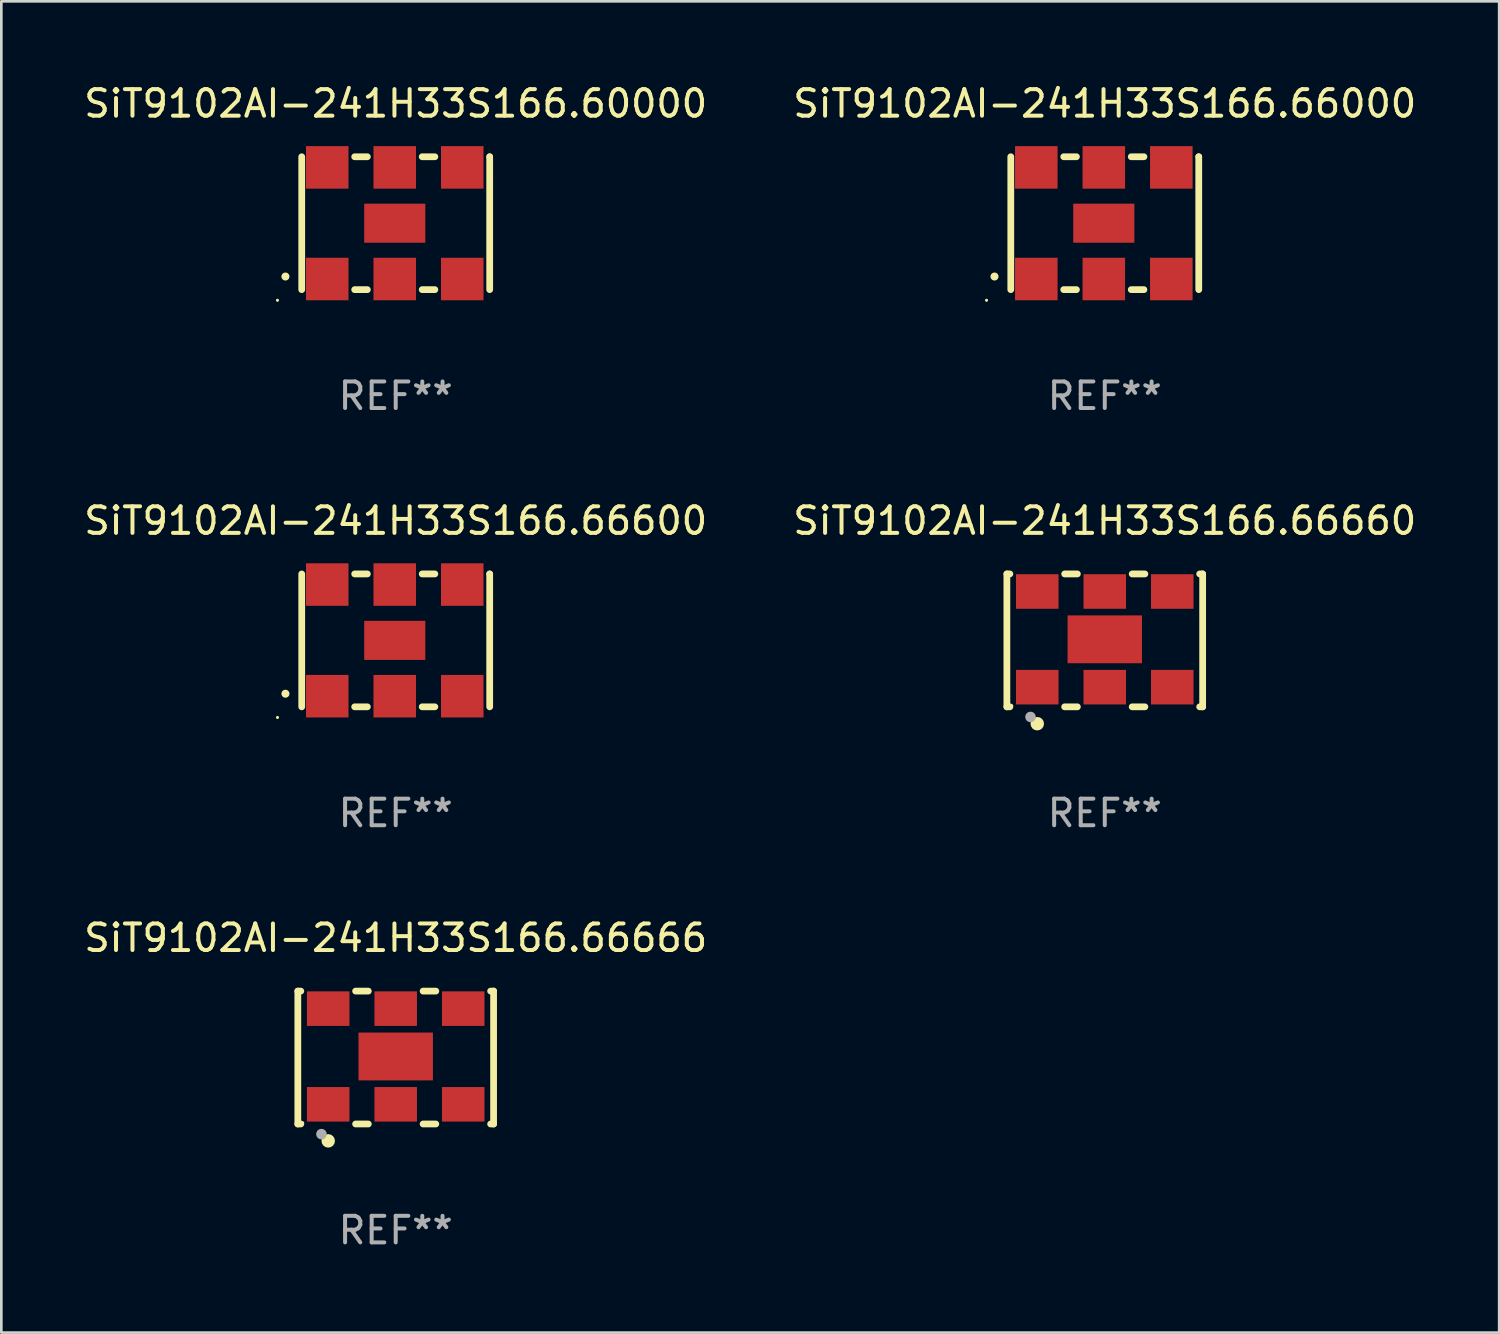
<source format=kicad_pcb>
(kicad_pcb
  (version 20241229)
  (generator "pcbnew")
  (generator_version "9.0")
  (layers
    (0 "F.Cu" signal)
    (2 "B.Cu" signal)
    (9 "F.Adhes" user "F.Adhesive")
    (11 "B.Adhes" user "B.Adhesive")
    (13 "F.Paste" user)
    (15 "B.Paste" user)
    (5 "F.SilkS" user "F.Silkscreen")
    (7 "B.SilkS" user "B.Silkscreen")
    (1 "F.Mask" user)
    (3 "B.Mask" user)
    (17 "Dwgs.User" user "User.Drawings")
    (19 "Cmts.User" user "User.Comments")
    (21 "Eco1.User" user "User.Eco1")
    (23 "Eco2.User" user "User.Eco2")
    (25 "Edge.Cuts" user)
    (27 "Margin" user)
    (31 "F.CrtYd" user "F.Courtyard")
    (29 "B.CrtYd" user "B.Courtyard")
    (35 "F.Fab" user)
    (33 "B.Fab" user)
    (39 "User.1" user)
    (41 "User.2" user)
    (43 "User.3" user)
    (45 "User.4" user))
  (footprint "SiT9102AI-241H33S166.60000"
    (layer "F.Cu")
    (at 11.839 5.348)
    (property "Reference" "SiT9102AI-241H33S166.60000" (at 0 -4.5 0) (layer "F.SilkS") (effects (font (size 1 1) (thickness 0.15))))
    (attr through_hole)
    (fp_line (start -3.536 -2.5) (end -3.536 2.5) (stroke (width 0.254) (type solid)) (layer "F.SilkS"))
    (fp_line (start -1.544 2.5) (end -1.067 2.5) (stroke (width 0.254) (type solid)) (layer "F.SilkS"))
    (fp_line (start -1.067 -2.5) (end -1.544 -2.5) (stroke (width 0.254) (type solid)) (layer "F.SilkS"))
    (fp_line (start 0.996 2.5) (end 1.473 2.5) (stroke (width 0.254) (type solid)) (layer "F.SilkS"))
    (fp_line (start 1.473 -2.5) (end 0.996 -2.5) (stroke (width 0.254) (type solid)) (layer "F.SilkS"))
    (fp_line (start 3.536 -2.5) (end 3.536 -2.5) (stroke (width 0.254) (type solid)) (layer "F.SilkS"))
    (fp_line (start 3.536 2.5) (end 3.536 -2.5) (stroke (width 0.254) (type solid)) (layer "F.SilkS"))
    (fp_arc (start -4.150432 2.006604) (mid -4.149162 2.006599) (end -4.147892 2.006604) (stroke (width 0.3) (type solid)) (layer "F.SilkS"))
    (fp_circle (center -4.449 2.9) (end -4.419 2.9) (stroke (width 0.06) (type solid)) (fill no) (layer "F.SilkS"))
    (fp_text user "REF**" (at 0 6.5 0) (layer "F.Fab") (effects (font (size 1 1) (thickness 0.15))))
    (pad "1" smd rect (at -2.576 2.1) (size 1.6 1.6) (layers "F.Cu" "F.Mask" "F.Paste"))
    (pad "2" smd rect (at -0.036 2.1) (size 1.6 1.6) (layers "F.Cu" "F.Mask" "F.Paste"))
    (pad "3" smd rect (at 2.504 2.1) (size 1.6 1.6) (layers "F.Cu" "F.Mask" "F.Paste"))
    (pad "4" smd rect (at 2.504 -2.1) (size 1.6 1.6) (layers "F.Cu" "F.Mask" "F.Paste"))
    (pad "5" smd rect (at -0.036 -2.1) (size 1.6 1.6) (layers "F.Cu" "F.Mask" "F.Paste"))
    (pad "6" smd rect (at -2.576 -2.1) (size 1.6 1.6) (layers "F.Cu" "F.Mask" "F.Paste"))
    (pad "7" smd rect (at -0.036 0) (size 2.3 1.47) (layers "F.Cu" "F.Mask" "F.Paste")))
  (footprint "SiT9102AI-241H33S166.66600"
    (layer "F.Cu")
    (at 11.839 21.045)
    (property "Reference" "SiT9102AI-241H33S166.66600" (at 0 -4.5 0) (layer "F.SilkS") (effects (font (size 1 1) (thickness 0.15))))
    (attr through_hole)
    (fp_line (start -3.536 -2.5) (end -3.536 2.5) (stroke (width 0.254) (type solid)) (layer "F.SilkS"))
    (fp_line (start -1.544 2.5) (end -1.067 2.5) (stroke (width 0.254) (type solid)) (layer "F.SilkS"))
    (fp_line (start -1.067 -2.5) (end -1.544 -2.5) (stroke (width 0.254) (type solid)) (layer "F.SilkS"))
    (fp_line (start 0.996 2.5) (end 1.473 2.5) (stroke (width 0.254) (type solid)) (layer "F.SilkS"))
    (fp_line (start 1.473 -2.5) (end 0.996 -2.5) (stroke (width 0.254) (type solid)) (layer "F.SilkS"))
    (fp_line (start 3.536 -2.5) (end 3.536 -2.5) (stroke (width 0.254) (type solid)) (layer "F.SilkS"))
    (fp_line (start 3.536 2.5) (end 3.536 -2.5) (stroke (width 0.254) (type solid)) (layer "F.SilkS"))
    (fp_arc (start -4.150432 2.006604) (mid -4.149162 2.006599) (end -4.147892 2.006604) (stroke (width 0.3) (type solid)) (layer "F.SilkS"))
    (fp_circle (center -4.449 2.9) (end -4.419 2.9) (stroke (width 0.06) (type solid)) (fill no) (layer "F.SilkS"))
    (fp_text user "REF**" (at 0 6.5 0) (layer "F.Fab") (effects (font (size 1 1) (thickness 0.15))))
    (pad "1" smd rect (at -2.576 2.1) (size 1.6 1.6) (layers "F.Cu" "F.Mask" "F.Paste"))
    (pad "2" smd rect (at -0.036 2.1) (size 1.6 1.6) (layers "F.Cu" "F.Mask" "F.Paste"))
    (pad "3" smd rect (at 2.504 2.1) (size 1.6 1.6) (layers "F.Cu" "F.Mask" "F.Paste"))
    (pad "4" smd rect (at 2.504 -2.1) (size 1.6 1.6) (layers "F.Cu" "F.Mask" "F.Paste"))
    (pad "5" smd rect (at -0.036 -2.1) (size 1.6 1.6) (layers "F.Cu" "F.Mask" "F.Paste"))
    (pad "6" smd rect (at -2.576 -2.1) (size 1.6 1.6) (layers "F.Cu" "F.Mask" "F.Paste"))
    (pad "7" smd rect (at -0.036 0) (size 2.3 1.47) (layers "F.Cu" "F.Mask" "F.Paste")))
  (footprint "SiT9102AI-241H33S166.66000"
    (layer "F.Cu")
    (at 38.518 5.348)
    (property "Reference" "SiT9102AI-241H33S166.66000" (at 0 -4.5 0) (layer "F.SilkS") (effects (font (size 1 1) (thickness 0.15))))
    (attr through_hole)
    (fp_line (start -3.536 -2.5) (end -3.536 2.5) (stroke (width 0.254) (type solid)) (layer "F.SilkS"))
    (fp_line (start -1.544 2.5) (end -1.067 2.5) (stroke (width 0.254) (type solid)) (layer "F.SilkS"))
    (fp_line (start -1.067 -2.5) (end -1.544 -2.5) (stroke (width 0.254) (type solid)) (layer "F.SilkS"))
    (fp_line (start 0.996 2.5) (end 1.473 2.5) (stroke (width 0.254) (type solid)) (layer "F.SilkS"))
    (fp_line (start 1.473 -2.5) (end 0.996 -2.5) (stroke (width 0.254) (type solid)) (layer "F.SilkS"))
    (fp_line (start 3.536 -2.5) (end 3.536 -2.5) (stroke (width 0.254) (type solid)) (layer "F.SilkS"))
    (fp_line (start 3.536 2.5) (end 3.536 -2.5) (stroke (width 0.254) (type solid)) (layer "F.SilkS"))
    (fp_arc (start -4.150432 2.006604) (mid -4.149162 2.006599) (end -4.147892 2.006604) (stroke (width 0.3) (type solid)) (layer "F.SilkS"))
    (fp_circle (center -4.449 2.9) (end -4.419 2.9) (stroke (width 0.06) (type solid)) (fill no) (layer "F.SilkS"))
    (fp_text user "REF**" (at 0 6.5 0) (layer "F.Fab") (effects (font (size 1 1) (thickness 0.15))))
    (pad "1" smd rect (at -2.576 2.1) (size 1.6 1.6) (layers "F.Cu" "F.Mask" "F.Paste"))
    (pad "2" smd rect (at -0.036 2.1) (size 1.6 1.6) (layers "F.Cu" "F.Mask" "F.Paste"))
    (pad "3" smd rect (at 2.504 2.1) (size 1.6 1.6) (layers "F.Cu" "F.Mask" "F.Paste"))
    (pad "4" smd rect (at 2.504 -2.1) (size 1.6 1.6) (layers "F.Cu" "F.Mask" "F.Paste"))
    (pad "5" smd rect (at -0.036 -2.1) (size 1.6 1.6) (layers "F.Cu" "F.Mask" "F.Paste"))
    (pad "6" smd rect (at -2.576 -2.1) (size 1.6 1.6) (layers "F.Cu" "F.Mask" "F.Paste"))
    (pad "7" smd rect (at -0.036 0) (size 2.3 1.47) (layers "F.Cu" "F.Mask" "F.Paste")))
  (footprint "SiT9102AI-241H33S166.66660"
    (layer "F.Cu")
    (at 38.518 21.045)
    (property "Reference" "SiT9102AI-241H33S166.66660" (at 0 -4.5 0) (layer "F.SilkS") (effects (font (size 1 1) (thickness 0.15))))
    (attr through_hole)
    (fp_line (start -3.683 -2.5) (end -3.571 -2.5) (stroke (width 0.254) (type solid)) (layer "F.SilkS"))
    (fp_line (start -3.683 2.5) (end -3.683 -2.5) (stroke (width 0.254) (type solid)) (layer "F.SilkS"))
    (fp_line (start -3.683 2.5) (end -3.571 2.5) (stroke (width 0.254) (type solid)) (layer "F.SilkS"))
    (fp_line (start -1.509 -2.5) (end -1.031 -2.5) (stroke (width 0.254) (type solid)) (layer "F.SilkS"))
    (fp_line (start -1.509 2.5) (end -1.031 2.5) (stroke (width 0.254) (type solid)) (layer "F.SilkS"))
    (fp_line (start 1.031 -2.5) (end 1.509 -2.5) (stroke (width 0.254) (type solid)) (layer "F.SilkS"))
    (fp_line (start 1.031 2.5) (end 1.509 2.5) (stroke (width 0.254) (type solid)) (layer "F.SilkS"))
    (fp_line (start 3.571 -2.5) (end 3.683 -2.5) (stroke (width 0.254) (type solid)) (layer "F.SilkS"))
    (fp_line (start 3.571 2.5) (end 3.683 2.5) (stroke (width 0.254) (type solid)) (layer "F.SilkS"))
    (fp_line (start 3.683 2.5) (end 3.683 -2.5) (stroke (width 0.254) (type solid)) (layer "F.SilkS"))
    (fp_circle (center -3.5 2.46) (end -3.47 2.46) (stroke (width 0.06) (type solid)) (fill no) (layer "F.SilkS"))
    (fp_circle (center -2.54 3.135) (end -2.413 3.135) (stroke (width 0.254) (type solid)) (fill no) (layer "F.SilkS"))
    (fp_circle (center -2.794 2.881) (end -2.694 2.881) (stroke (width 0.2) (type solid)) (fill no) (layer "F.Fab"))
    (fp_text user "REF**" (at 0 6.5 0) (layer "F.Fab") (effects (font (size 1 1) (thickness 0.15))))
    (pad "1" smd rect (at -2.54 1.76) (size 1.6 1.3) (layers "F.Cu" "F.Mask" "F.Paste"))
    (pad "2" smd rect (at 0 1.76) (size 1.6 1.3) (layers "F.Cu" "F.Mask" "F.Paste"))
    (pad "3" smd rect (at 2.54 1.76) (size 1.6 1.3) (layers "F.Cu" "F.Mask" "F.Paste"))
    (pad "4" smd rect (at 2.54 -1.84) (size 1.6 1.3) (layers "F.Cu" "F.Mask" "F.Paste"))
    (pad "5" smd rect (at 0 -1.84) (size 1.6 1.3) (layers "F.Cu" "F.Mask" "F.Paste"))
    (pad "6" smd rect (at -2.54 -1.84) (size 1.6 1.3) (layers "F.Cu" "F.Mask" "F.Paste"))
    (pad "7" smd rect (at 0 -0.04) (size 2.8 1.8) (layers "F.Cu" "F.Mask" "F.Paste")))
  (footprint "SiT9102AI-241H33S166.66666"
    (layer "F.Cu")
    (at 11.839 36.741)
    (property "Reference" "SiT9102AI-241H33S166.66666" (at 0 -4.5 0) (layer "F.SilkS") (effects (font (size 1 1) (thickness 0.15))))
    (attr through_hole)
    (fp_line (start -3.683 -2.5) (end -3.571 -2.5) (stroke (width 0.254) (type solid)) (layer "F.SilkS"))
    (fp_line (start -3.683 2.5) (end -3.683 -2.5) (stroke (width 0.254) (type solid)) (layer "F.SilkS"))
    (fp_line (start -3.683 2.5) (end -3.571 2.5) (stroke (width 0.254) (type solid)) (layer "F.SilkS"))
    (fp_line (start -1.509 -2.5) (end -1.031 -2.5) (stroke (width 0.254) (type solid)) (layer "F.SilkS"))
    (fp_line (start -1.509 2.5) (end -1.031 2.5) (stroke (width 0.254) (type solid)) (layer "F.SilkS"))
    (fp_line (start 1.031 -2.5) (end 1.509 -2.5) (stroke (width 0.254) (type solid)) (layer "F.SilkS"))
    (fp_line (start 1.031 2.5) (end 1.509 2.5) (stroke (width 0.254) (type solid)) (layer "F.SilkS"))
    (fp_line (start 3.571 -2.5) (end 3.683 -2.5) (stroke (width 0.254) (type solid)) (layer "F.SilkS"))
    (fp_line (start 3.571 2.5) (end 3.683 2.5) (stroke (width 0.254) (type solid)) (layer "F.SilkS"))
    (fp_line (start 3.683 2.5) (end 3.683 -2.5) (stroke (width 0.254) (type solid)) (layer "F.SilkS"))
    (fp_circle (center -3.5 2.46) (end -3.47 2.46) (stroke (width 0.06) (type solid)) (fill no) (layer "F.SilkS"))
    (fp_circle (center -2.54 3.135) (end -2.413 3.135) (stroke (width 0.254) (type solid)) (fill no) (layer "F.SilkS"))
    (fp_circle (center -2.794 2.881) (end -2.694 2.881) (stroke (width 0.2) (type solid)) (fill no) (layer "F.Fab"))
    (fp_text user "REF**" (at 0 6.5 0) (layer "F.Fab") (effects (font (size 1 1) (thickness 0.15))))
    (pad "1" smd rect (at -2.54 1.76) (size 1.6 1.3) (layers "F.Cu" "F.Mask" "F.Paste"))
    (pad "2" smd rect (at 0 1.76) (size 1.6 1.3) (layers "F.Cu" "F.Mask" "F.Paste"))
    (pad "3" smd rect (at 2.54 1.76) (size 1.6 1.3) (layers "F.Cu" "F.Mask" "F.Paste"))
    (pad "4" smd rect (at 2.54 -1.84) (size 1.6 1.3) (layers "F.Cu" "F.Mask" "F.Paste"))
    (pad "5" smd rect (at 0 -1.84) (size 1.6 1.3) (layers "F.Cu" "F.Mask" "F.Paste"))
    (pad "6" smd rect (at -2.54 -1.84) (size 1.6 1.3) (layers "F.Cu" "F.Mask" "F.Paste"))
    (pad "7" smd rect (at 0 -0.04) (size 2.8 1.8) (layers "F.Cu" "F.Mask" "F.Paste")))
  (gr_rect
    (start -3 -3)
    (end 53.357 47.09)
    (stroke (width 0.1) (type default))
    (fill no)
    (layer "Edge.Cuts")))
</source>
